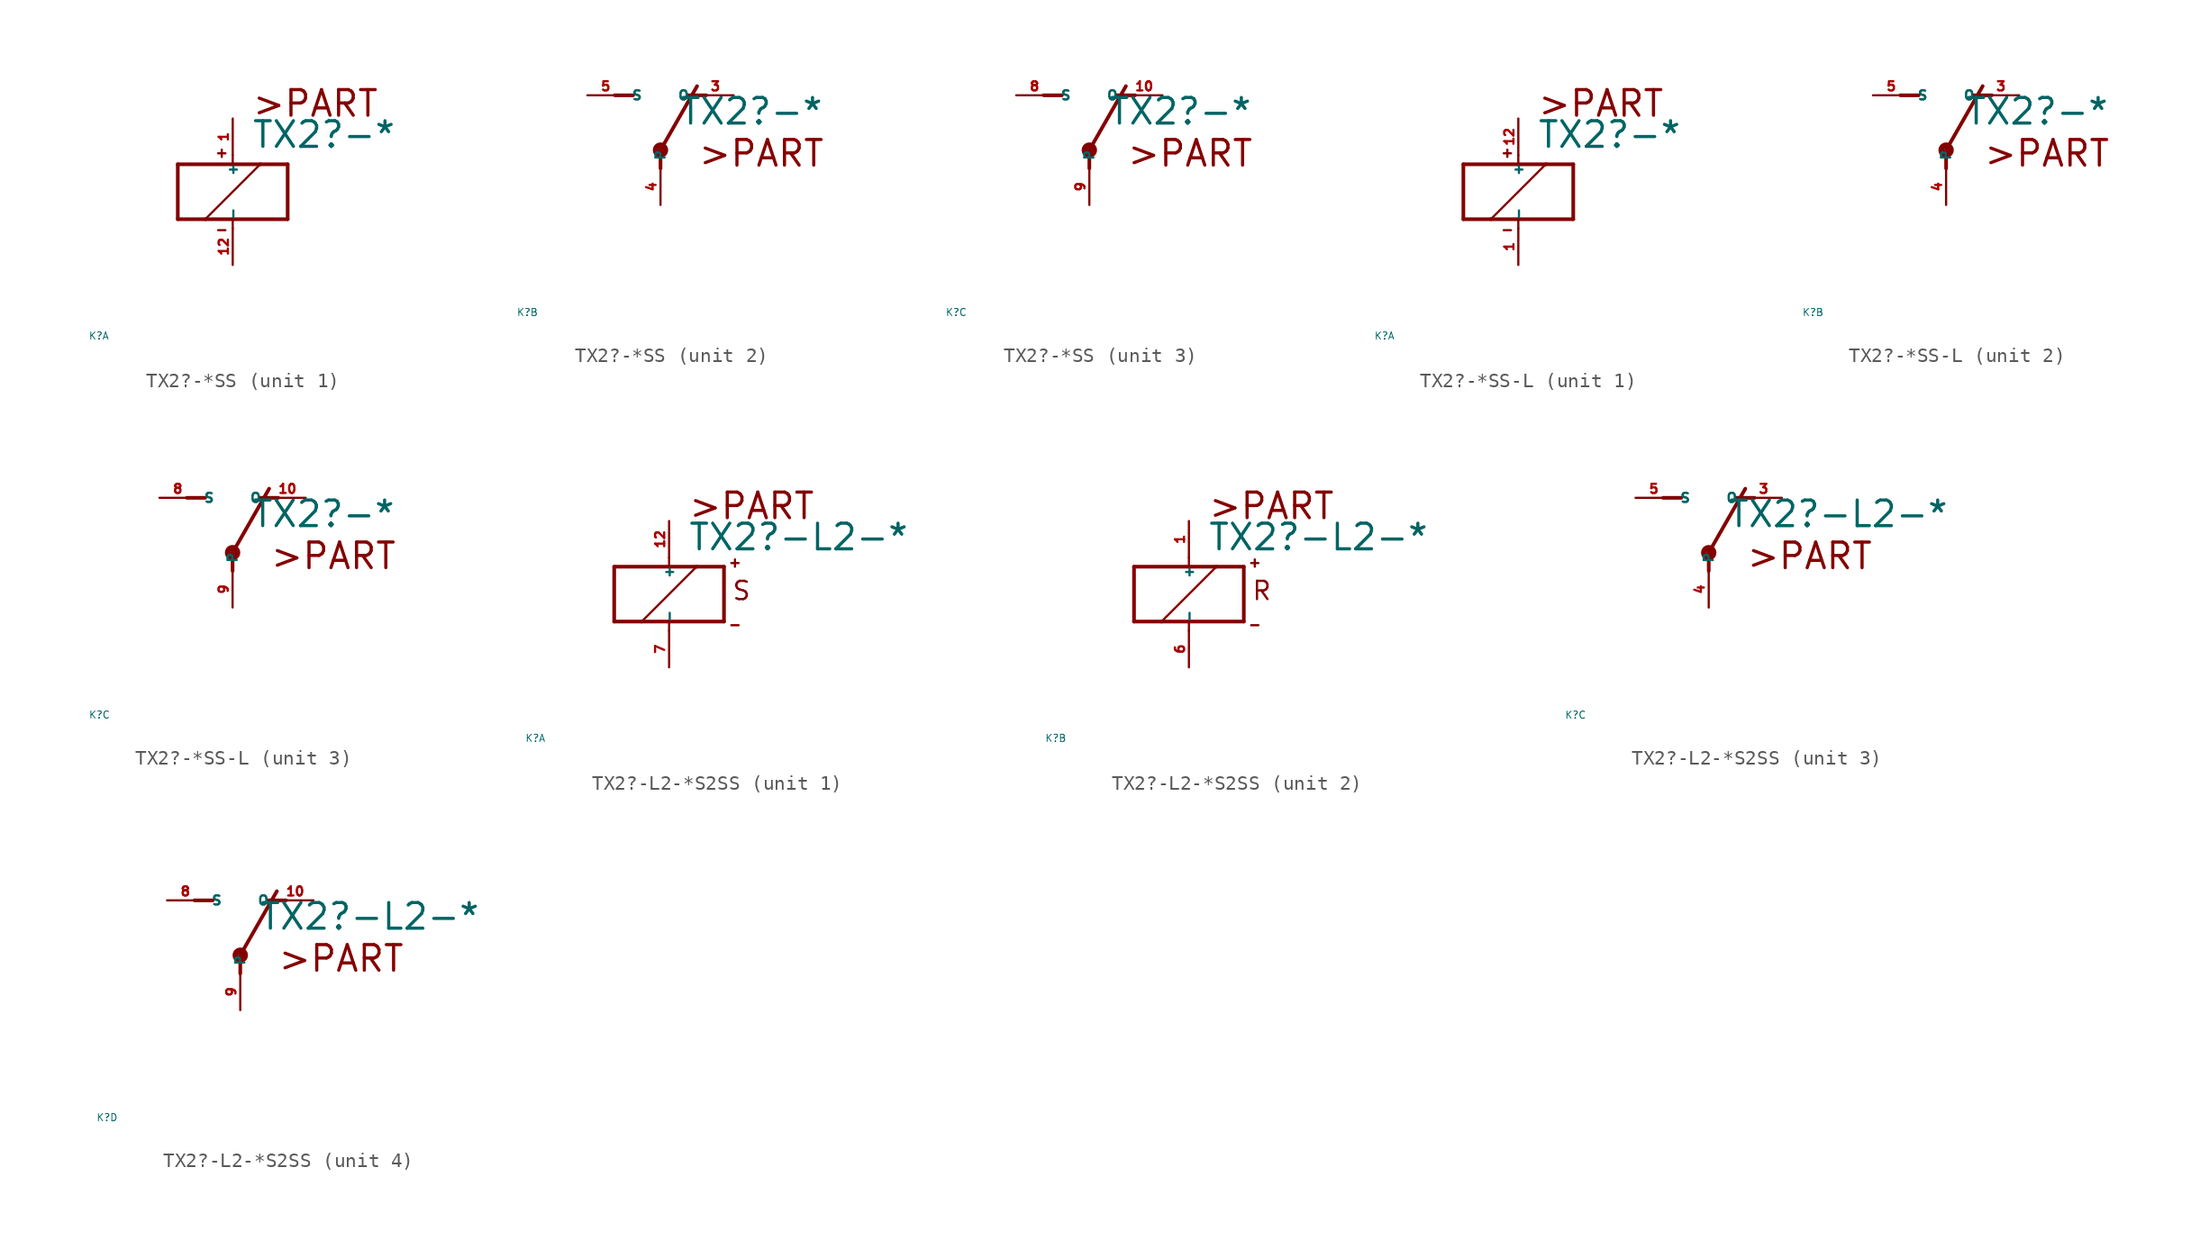
<source format=kicad_sym>
(kicad_symbol_lib
  (version 20220914)
  (generator Eagle2Kicad)
  (symbol "TX2?-*SS"
    (property "Reference" "K"
      (at -10 -10 0)
      (effects (font (size 0.5 0.5) (thickness 0.06)) (justify left)))
    (property "Value" "TX2?-*"
      (at 1.27 2.921 0)
      (effects (font (size 1.778 1.778) (thickness 0.22)) (justify left bottom)))
    (symbol "TX2?-*SS_1_0"
      (polyline (pts (xy -3.81 -1.905) (xy -1.905 -1.905)) (stroke (width 0.254) (type default)) (fill (type none)))
      (polyline (pts (xy 3.81 -1.905) (xy 3.81 1.905)) (stroke (width 0.254) (type default)) (fill (type none)))
      (polyline (pts (xy 3.81 1.905) (xy 1.905 1.905)) (stroke (width 0.254) (type default)) (fill (type none)))
      (polyline (pts (xy -3.81 1.905) (xy -3.81 -1.905)) (stroke (width 0.254) (type default)) (fill (type none)))
      (polyline (pts (xy 0 -2.54) (xy 0 -1.905)) (stroke (width 0.152) (type default)) (fill (type none)))
      (polyline (pts (xy 0 -1.905) (xy 3.81 -1.905)) (stroke (width 0.254) (type default)) (fill (type none)))
      (polyline (pts (xy 0 2.54) (xy 0 1.905)) (stroke (width 0.152) (type default)) (fill (type none)))
      (polyline (pts (xy 0 1.905) (xy -3.81 1.905)) (stroke (width 0.254) (type default)) (fill (type none)))
      (polyline (pts (xy -1.905 -1.905) (xy 1.905 1.905)) (stroke (width 0.152) (type default)) (fill (type none)))
      (polyline (pts (xy -1.905 -1.905) (xy 0 -1.905)) (stroke (width 0.254) (type default)) (fill (type none)))
      (polyline (pts (xy 1.905 1.905) (xy 0 1.905)) (stroke (width 0.254) (type default)) (fill (type none)))
      (polyline (pts (xy -1.016 2.667) (xy -0.508 2.667)) (stroke (width 0.152) (type default)) (fill (type none)))
      (polyline (pts (xy -0.762 2.921) (xy -0.762 2.413)) (stroke (width 0.152) (type default)) (fill (type none)))
      (polyline (pts (xy -1.016 -2.667) (xy -0.508 -2.667)) (stroke (width 0.152) (type default)) (fill (type none)))
      (text ">PART" (at 1.27 5.08 0) (effects (font (size 1.778 1.778) (thickness 0.22)) (justify left bottom)))
      (pin passive line (at 0 -5.08 90) (length 2.54) (name "-" (effects (font (size 0.635 0.635) (thickness 0.08)) (justify left bottom))) (number "12" (effects (font (size 0.635 0.635) (thickness 0.08)) (justify left bottom))))
      (pin passive line (at 0 5.08 270) (length 2.54) (name "+" (effects (font (size 0.635 0.635) (thickness 0.08)) (justify left bottom))) (number "1" (effects (font (size 0.635 0.635) (thickness 0.08)) (justify left bottom)))))
    (symbol "TX2?-*SS_2_0"
      (polyline (pts (xy 3.175 5.08) (xy 1.905 5.08)) (stroke (width 0.254) (type default)) (fill (type none)))
      (polyline (pts (xy -3.175 5.08) (xy -1.905 5.08)) (stroke (width 0.254) (type default)) (fill (type none)))
      (polyline (pts (xy 0 1.27) (xy 2.54 5.715)) (stroke (width 0.254) (type default)) (fill (type none)))
      (polyline (pts (xy 0 1.27) (xy 0 0)) (stroke (width 0.254) (type default)) (fill (type none)))
      (text ">PART" (at 2.54 0 0) (effects (font (size 1.778 1.778) (thickness 0.22)) (justify left bottom)))
      (circle (center 0 1.27) (radius 0.127) (stroke (width 0.406) (type default)) (fill (type none)))
      (pin passive line (at 5.08 5.08 180) (length 2.54) (name "O" (effects (font (size 0.635 0.635) (thickness 0.08)) (justify left bottom))) (number "3" (effects (font (size 0.635 0.635) (thickness 0.08)) (justify left bottom))))
      (pin passive line (at -5.08 5.08 0) (length 2.54) (name "S" (effects (font (size 0.635 0.635) (thickness 0.08)) (justify left bottom))) (number "5" (effects (font (size 0.635 0.635) (thickness 0.08)) (justify left bottom))))
      (pin passive line (at 0 -2.54 90) (length 2.54) (name "P" (effects (font (size 0.635 0.635) (thickness 0.08)) (justify left bottom))) (number "4" (effects (font (size 0.635 0.635) (thickness 0.08)) (justify left bottom)))))
    (symbol "TX2?-*SS_3_0"
      (polyline (pts (xy 3.175 5.08) (xy 1.905 5.08)) (stroke (width 0.254) (type default)) (fill (type none)))
      (polyline (pts (xy -3.175 5.08) (xy -1.905 5.08)) (stroke (width 0.254) (type default)) (fill (type none)))
      (polyline (pts (xy 0 1.27) (xy 2.54 5.715)) (stroke (width 0.254) (type default)) (fill (type none)))
      (polyline (pts (xy 0 1.27) (xy 0 0)) (stroke (width 0.254) (type default)) (fill (type none)))
      (text ">PART" (at 2.54 0 0) (effects (font (size 1.778 1.778) (thickness 0.22)) (justify left bottom)))
      (circle (center 0 1.27) (radius 0.127) (stroke (width 0.406) (type default)) (fill (type none)))
      (pin passive line (at 5.08 5.08 180) (length 2.54) (name "O" (effects (font (size 0.635 0.635) (thickness 0.08)) (justify left bottom))) (number "10" (effects (font (size 0.635 0.635) (thickness 0.08)) (justify left bottom))))
      (pin passive line (at -5.08 5.08 0) (length 2.54) (name "S" (effects (font (size 0.635 0.635) (thickness 0.08)) (justify left bottom))) (number "8" (effects (font (size 0.635 0.635) (thickness 0.08)) (justify left bottom))))
      (pin passive line (at 0 -2.54 90) (length 2.54) (name "P" (effects (font (size 0.635 0.635) (thickness 0.08)) (justify left bottom))) (number "9" (effects (font (size 0.635 0.635) (thickness 0.08)) (justify left bottom))))))
  (symbol "TX2?-*SS-L"
    (property "Reference" "K"
      (at -10 -10 0)
      (effects (font (size 0.5 0.5) (thickness 0.06)) (justify left)))
    (property "Value" "TX2?-*"
      (at 1.27 2.921 0)
      (effects (font (size 1.778 1.778) (thickness 0.22)) (justify left bottom)))
    (symbol "TX2?-*SS-L_1_0"
      (polyline (pts (xy -3.81 -1.905) (xy -1.905 -1.905)) (stroke (width 0.254) (type default)) (fill (type none)))
      (polyline (pts (xy 3.81 -1.905) (xy 3.81 1.905)) (stroke (width 0.254) (type default)) (fill (type none)))
      (polyline (pts (xy 3.81 1.905) (xy 1.905 1.905)) (stroke (width 0.254) (type default)) (fill (type none)))
      (polyline (pts (xy -3.81 1.905) (xy -3.81 -1.905)) (stroke (width 0.254) (type default)) (fill (type none)))
      (polyline (pts (xy 0 -2.54) (xy 0 -1.905)) (stroke (width 0.152) (type default)) (fill (type none)))
      (polyline (pts (xy 0 -1.905) (xy 3.81 -1.905)) (stroke (width 0.254) (type default)) (fill (type none)))
      (polyline (pts (xy 0 2.54) (xy 0 1.905)) (stroke (width 0.152) (type default)) (fill (type none)))
      (polyline (pts (xy 0 1.905) (xy -3.81 1.905)) (stroke (width 0.254) (type default)) (fill (type none)))
      (polyline (pts (xy -1.905 -1.905) (xy 1.905 1.905)) (stroke (width 0.152) (type default)) (fill (type none)))
      (polyline (pts (xy -1.905 -1.905) (xy 0 -1.905)) (stroke (width 0.254) (type default)) (fill (type none)))
      (polyline (pts (xy 1.905 1.905) (xy 0 1.905)) (stroke (width 0.254) (type default)) (fill (type none)))
      (polyline (pts (xy -1.016 2.667) (xy -0.508 2.667)) (stroke (width 0.152) (type default)) (fill (type none)))
      (polyline (pts (xy -0.762 2.921) (xy -0.762 2.413)) (stroke (width 0.152) (type default)) (fill (type none)))
      (polyline (pts (xy -1.016 -2.667) (xy -0.508 -2.667)) (stroke (width 0.152) (type default)) (fill (type none)))
      (text ">PART" (at 1.27 5.08 0) (effects (font (size 1.778 1.778) (thickness 0.22)) (justify left bottom)))
      (pin passive line (at 0 -5.08 90) (length 2.54) (name "-" (effects (font (size 0.635 0.635) (thickness 0.08)) (justify left bottom))) (number "1" (effects (font (size 0.635 0.635) (thickness 0.08)) (justify left bottom))))
      (pin passive line (at 0 5.08 270) (length 2.54) (name "+" (effects (font (size 0.635 0.635) (thickness 0.08)) (justify left bottom))) (number "12" (effects (font (size 0.635 0.635) (thickness 0.08)) (justify left bottom)))))
    (symbol "TX2?-*SS-L_2_0"
      (polyline (pts (xy 3.175 5.08) (xy 1.905 5.08)) (stroke (width 0.254) (type default)) (fill (type none)))
      (polyline (pts (xy -3.175 5.08) (xy -1.905 5.08)) (stroke (width 0.254) (type default)) (fill (type none)))
      (polyline (pts (xy 0 1.27) (xy 2.54 5.715)) (stroke (width 0.254) (type default)) (fill (type none)))
      (polyline (pts (xy 0 1.27) (xy 0 0)) (stroke (width 0.254) (type default)) (fill (type none)))
      (text ">PART" (at 2.54 0 0) (effects (font (size 1.778 1.778) (thickness 0.22)) (justify left bottom)))
      (circle (center 0 1.27) (radius 0.127) (stroke (width 0.406) (type default)) (fill (type none)))
      (pin passive line (at 5.08 5.08 180) (length 2.54) (name "O" (effects (font (size 0.635 0.635) (thickness 0.08)) (justify left bottom))) (number "3" (effects (font (size 0.635 0.635) (thickness 0.08)) (justify left bottom))))
      (pin passive line (at -5.08 5.08 0) (length 2.54) (name "S" (effects (font (size 0.635 0.635) (thickness 0.08)) (justify left bottom))) (number "5" (effects (font (size 0.635 0.635) (thickness 0.08)) (justify left bottom))))
      (pin passive line (at 0 -2.54 90) (length 2.54) (name "P" (effects (font (size 0.635 0.635) (thickness 0.08)) (justify left bottom))) (number "4" (effects (font (size 0.635 0.635) (thickness 0.08)) (justify left bottom)))))
    (symbol "TX2?-*SS-L_3_0"
      (polyline (pts (xy 3.175 5.08) (xy 1.905 5.08)) (stroke (width 0.254) (type default)) (fill (type none)))
      (polyline (pts (xy -3.175 5.08) (xy -1.905 5.08)) (stroke (width 0.254) (type default)) (fill (type none)))
      (polyline (pts (xy 0 1.27) (xy 2.54 5.715)) (stroke (width 0.254) (type default)) (fill (type none)))
      (polyline (pts (xy 0 1.27) (xy 0 0)) (stroke (width 0.254) (type default)) (fill (type none)))
      (text ">PART" (at 2.54 0 0) (effects (font (size 1.778 1.778) (thickness 0.22)) (justify left bottom)))
      (circle (center 0 1.27) (radius 0.127) (stroke (width 0.406) (type default)) (fill (type none)))
      (pin passive line (at 5.08 5.08 180) (length 2.54) (name "O" (effects (font (size 0.635 0.635) (thickness 0.08)) (justify left bottom))) (number "10" (effects (font (size 0.635 0.635) (thickness 0.08)) (justify left bottom))))
      (pin passive line (at -5.08 5.08 0) (length 2.54) (name "S" (effects (font (size 0.635 0.635) (thickness 0.08)) (justify left bottom))) (number "8" (effects (font (size 0.635 0.635) (thickness 0.08)) (justify left bottom))))
      (pin passive line (at 0 -2.54 90) (length 2.54) (name "P" (effects (font (size 0.635 0.635) (thickness 0.08)) (justify left bottom))) (number "9" (effects (font (size 0.635 0.635) (thickness 0.08)) (justify left bottom))))))
  (symbol "TX2?-L2-*S2SS"
    (property "Reference" "K"
      (at -10 -10 0)
      (effects (font (size 0.5 0.5) (thickness 0.06)) (justify left)))
    (property "Value" "TX2?-L2-*"
      (at 1.27 2.921 0)
      (effects (font (size 1.778 1.778) (thickness 0.22)) (justify left bottom)))
    (symbol "TX2?-L2-*S2SS_1_0"
      (polyline (pts (xy -3.81 -1.905) (xy -1.905 -1.905)) (stroke (width 0.254) (type default)) (fill (type none)))
      (polyline (pts (xy 3.81 -1.905) (xy 3.81 1.905)) (stroke (width 0.254) (type default)) (fill (type none)))
      (polyline (pts (xy 3.81 1.905) (xy 1.905 1.905)) (stroke (width 0.254) (type default)) (fill (type none)))
      (polyline (pts (xy -3.81 1.905) (xy -3.81 -1.905)) (stroke (width 0.254) (type default)) (fill (type none)))
      (polyline (pts (xy 0 -2.54) (xy 0 -1.905)) (stroke (width 0.152) (type default)) (fill (type none)))
      (polyline (pts (xy 0 -1.905) (xy 3.81 -1.905)) (stroke (width 0.254) (type default)) (fill (type none)))
      (polyline (pts (xy 0 2.54) (xy 0 1.905)) (stroke (width 0.152) (type default)) (fill (type none)))
      (polyline (pts (xy 0 1.905) (xy -3.81 1.905)) (stroke (width 0.254) (type default)) (fill (type none)))
      (polyline (pts (xy -1.905 -1.905) (xy 1.905 1.905)) (stroke (width 0.152) (type default)) (fill (type none)))
      (polyline (pts (xy -1.905 -1.905) (xy 0 -1.905)) (stroke (width 0.254) (type default)) (fill (type none)))
      (polyline (pts (xy 1.905 1.905) (xy 0 1.905)) (stroke (width 0.254) (type default)) (fill (type none)))
      (polyline (pts (xy 4.318 2.159) (xy 4.826 2.159)) (stroke (width 0.152) (type default)) (fill (type none)))
      (polyline (pts (xy 4.572 2.413) (xy 4.572 1.905)) (stroke (width 0.152) (type default)) (fill (type none)))
      (polyline (pts (xy 4.318 -2.159) (xy 4.826 -2.159)) (stroke (width 0.152) (type default)) (fill (type none)))
      (text ">PART" (at 1.27 5.08 0) (effects (font (size 1.778 1.778) (thickness 0.22)) (justify left bottom)))
      (text "S" (at 4.318 -0.508 0) (effects (font (size 1.27 1.27) (thickness 0.16)) (justify left bottom)))
      (pin passive line (at 0 -5.08 90) (length 2.54) (name "-" (effects (font (size 0.635 0.635) (thickness 0.08)) (justify left bottom))) (number "7" (effects (font (size 0.635 0.635) (thickness 0.08)) (justify left bottom))))
      (pin passive line (at 0 5.08 270) (length 2.54) (name "+" (effects (font (size 0.635 0.635) (thickness 0.08)) (justify left bottom))) (number "12" (effects (font (size 0.635 0.635) (thickness 0.08)) (justify left bottom)))))
    (symbol "TX2?-L2-*S2SS_2_0"
      (polyline (pts (xy -3.81 -1.905) (xy -1.905 -1.905)) (stroke (width 0.254) (type default)) (fill (type none)))
      (polyline (pts (xy 3.81 -1.905) (xy 3.81 1.905)) (stroke (width 0.254) (type default)) (fill (type none)))
      (polyline (pts (xy 3.81 1.905) (xy 1.905 1.905)) (stroke (width 0.254) (type default)) (fill (type none)))
      (polyline (pts (xy -3.81 1.905) (xy -3.81 -1.905)) (stroke (width 0.254) (type default)) (fill (type none)))
      (polyline (pts (xy 0 -2.54) (xy 0 -1.905)) (stroke (width 0.152) (type default)) (fill (type none)))
      (polyline (pts (xy 0 -1.905) (xy 3.81 -1.905)) (stroke (width 0.254) (type default)) (fill (type none)))
      (polyline (pts (xy 0 2.54) (xy 0 1.905)) (stroke (width 0.152) (type default)) (fill (type none)))
      (polyline (pts (xy 0 1.905) (xy -3.81 1.905)) (stroke (width 0.254) (type default)) (fill (type none)))
      (polyline (pts (xy -1.905 -1.905) (xy 1.905 1.905)) (stroke (width 0.152) (type default)) (fill (type none)))
      (polyline (pts (xy -1.905 -1.905) (xy 0 -1.905)) (stroke (width 0.254) (type default)) (fill (type none)))
      (polyline (pts (xy 1.905 1.905) (xy 0 1.905)) (stroke (width 0.254) (type default)) (fill (type none)))
      (polyline (pts (xy 4.318 2.159) (xy 4.826 2.159)) (stroke (width 0.152) (type default)) (fill (type none)))
      (polyline (pts (xy 4.572 2.413) (xy 4.572 1.905)) (stroke (width 0.152) (type default)) (fill (type none)))
      (polyline (pts (xy 4.318 -2.159) (xy 4.826 -2.159)) (stroke (width 0.152) (type default)) (fill (type none)))
      (text ">PART" (at 1.27 5.08 0) (effects (font (size 1.778 1.778) (thickness 0.22)) (justify left bottom)))
      (text "R" (at 4.318 -0.508 0) (effects (font (size 1.27 1.27) (thickness 0.16)) (justify left bottom)))
      (pin passive line (at 0 -5.08 90) (length 2.54) (name "-" (effects (font (size 0.635 0.635) (thickness 0.08)) (justify left bottom))) (number "6" (effects (font (size 0.635 0.635) (thickness 0.08)) (justify left bottom))))
      (pin passive line (at 0 5.08 270) (length 2.54) (name "+" (effects (font (size 0.635 0.635) (thickness 0.08)) (justify left bottom))) (number "1" (effects (font (size 0.635 0.635) (thickness 0.08)) (justify left bottom)))))
    (symbol "TX2?-L2-*S2SS_3_0"
      (polyline (pts (xy 3.175 5.08) (xy 1.905 5.08)) (stroke (width 0.254) (type default)) (fill (type none)))
      (polyline (pts (xy -3.175 5.08) (xy -1.905 5.08)) (stroke (width 0.254) (type default)) (fill (type none)))
      (polyline (pts (xy 0 1.27) (xy 2.54 5.715)) (stroke (width 0.254) (type default)) (fill (type none)))
      (polyline (pts (xy 0 1.27) (xy 0 0)) (stroke (width 0.254) (type default)) (fill (type none)))
      (text ">PART" (at 2.54 0 0) (effects (font (size 1.778 1.778) (thickness 0.22)) (justify left bottom)))
      (circle (center 0 1.27) (radius 0.127) (stroke (width 0.406) (type default)) (fill (type none)))
      (pin passive line (at 5.08 5.08 180) (length 2.54) (name "O" (effects (font (size 0.635 0.635) (thickness 0.08)) (justify left bottom))) (number "3" (effects (font (size 0.635 0.635) (thickness 0.08)) (justify left bottom))))
      (pin passive line (at -5.08 5.08 0) (length 2.54) (name "S" (effects (font (size 0.635 0.635) (thickness 0.08)) (justify left bottom))) (number "5" (effects (font (size 0.635 0.635) (thickness 0.08)) (justify left bottom))))
      (pin passive line (at 0 -2.54 90) (length 2.54) (name "P" (effects (font (size 0.635 0.635) (thickness 0.08)) (justify left bottom))) (number "4" (effects (font (size 0.635 0.635) (thickness 0.08)) (justify left bottom)))))
    (symbol "TX2?-L2-*S2SS_4_0"
      (polyline (pts (xy 3.175 5.08) (xy 1.905 5.08)) (stroke (width 0.254) (type default)) (fill (type none)))
      (polyline (pts (xy -3.175 5.08) (xy -1.905 5.08)) (stroke (width 0.254) (type default)) (fill (type none)))
      (polyline (pts (xy 0 1.27) (xy 2.54 5.715)) (stroke (width 0.254) (type default)) (fill (type none)))
      (polyline (pts (xy 0 1.27) (xy 0 0)) (stroke (width 0.254) (type default)) (fill (type none)))
      (text ">PART" (at 2.54 0 0) (effects (font (size 1.778 1.778) (thickness 0.22)) (justify left bottom)))
      (circle (center 0 1.27) (radius 0.127) (stroke (width 0.406) (type default)) (fill (type none)))
      (pin passive line (at 5.08 5.08 180) (length 2.54) (name "O" (effects (font (size 0.635 0.635) (thickness 0.08)) (justify left bottom))) (number "10" (effects (font (size 0.635 0.635) (thickness 0.08)) (justify left bottom))))
      (pin passive line (at -5.08 5.08 0) (length 2.54) (name "S" (effects (font (size 0.635 0.635) (thickness 0.08)) (justify left bottom))) (number "8" (effects (font (size 0.635 0.635) (thickness 0.08)) (justify left bottom))))
      (pin passive line (at 0 -2.54 90) (length 2.54) (name "P" (effects (font (size 0.635 0.635) (thickness 0.08)) (justify left bottom))) (number "9" (effects (font (size 0.635 0.635) (thickness 0.08)) (justify left bottom)))))))
</source>
